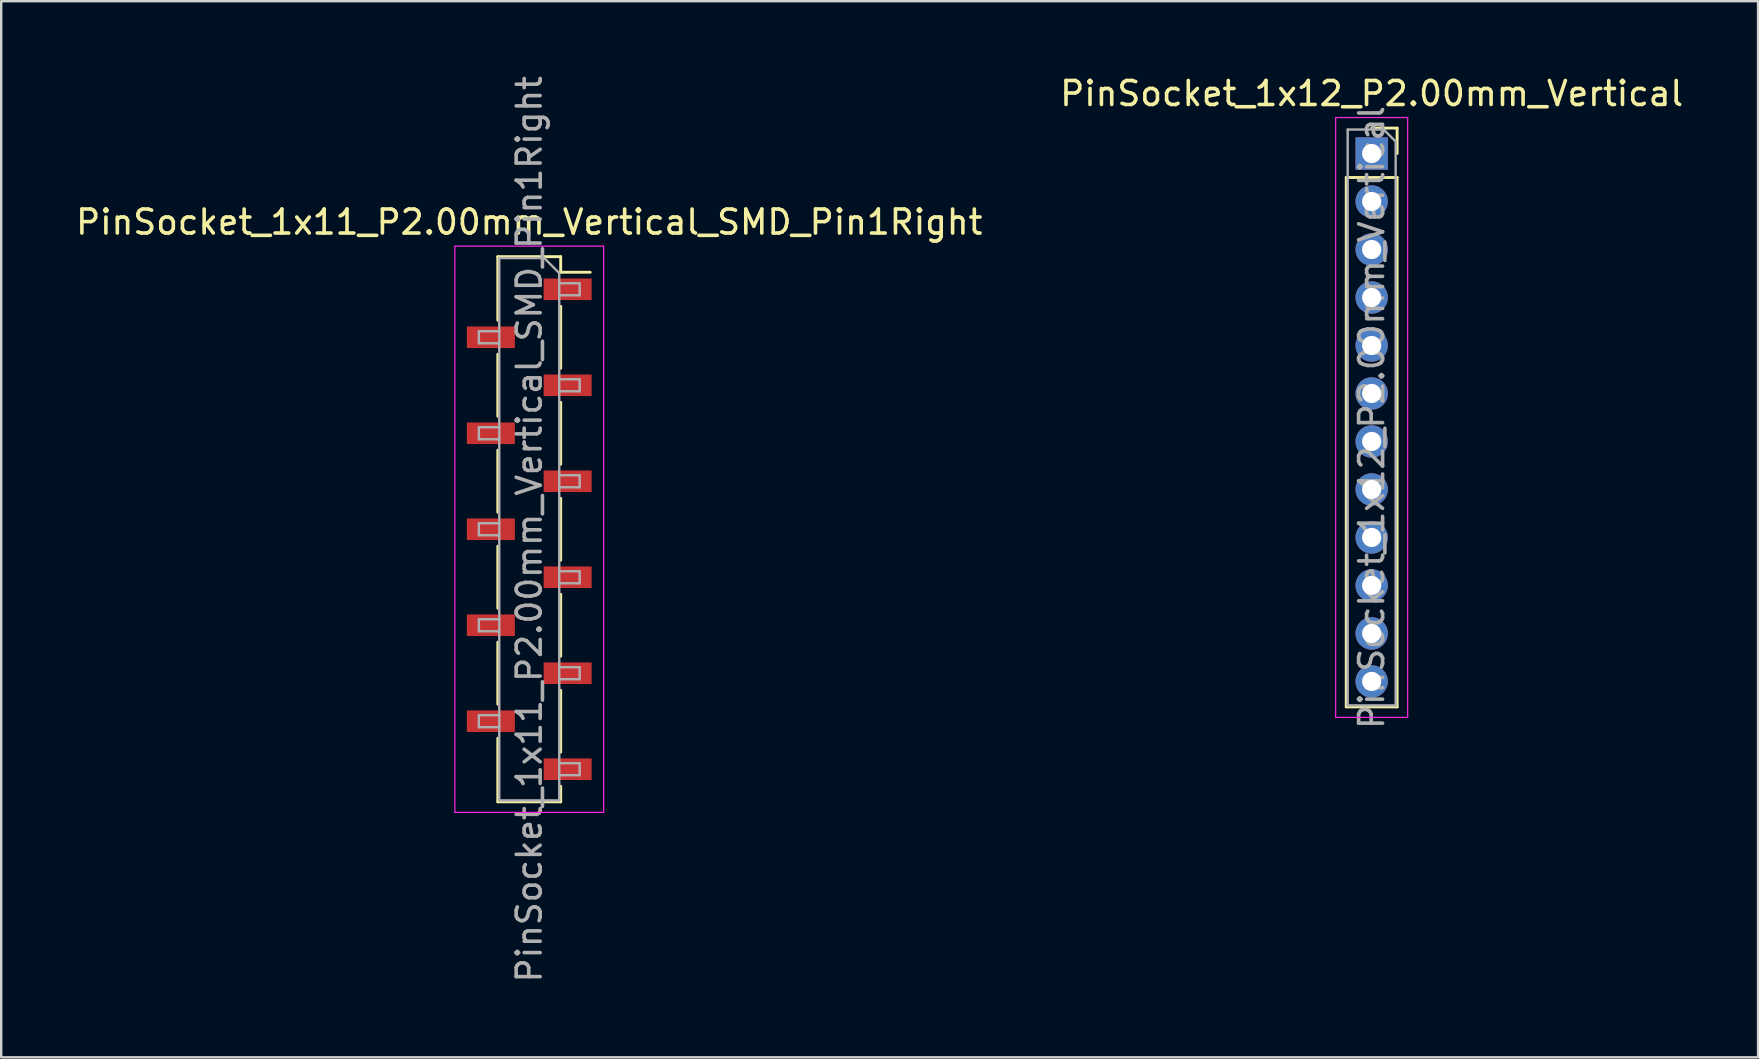
<source format=kicad_pcb>
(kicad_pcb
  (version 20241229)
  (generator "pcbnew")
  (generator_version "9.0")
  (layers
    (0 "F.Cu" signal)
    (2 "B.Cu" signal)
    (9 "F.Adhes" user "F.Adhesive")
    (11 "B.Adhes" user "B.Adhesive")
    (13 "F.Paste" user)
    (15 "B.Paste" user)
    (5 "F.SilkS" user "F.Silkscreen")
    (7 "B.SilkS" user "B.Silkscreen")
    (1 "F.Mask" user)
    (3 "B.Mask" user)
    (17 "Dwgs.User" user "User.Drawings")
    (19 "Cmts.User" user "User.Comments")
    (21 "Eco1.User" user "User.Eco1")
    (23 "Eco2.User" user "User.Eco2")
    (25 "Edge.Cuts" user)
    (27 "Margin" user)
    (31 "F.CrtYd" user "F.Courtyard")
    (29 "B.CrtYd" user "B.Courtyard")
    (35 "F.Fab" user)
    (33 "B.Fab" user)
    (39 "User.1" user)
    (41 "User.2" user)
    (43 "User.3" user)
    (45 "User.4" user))
  (footprint "PinSocket_1x12_P2.00mm_Vertical"
    (layer "F.Cu")
    (at 54.113 3.348)
    (property "Reference" "PinSocket_1x12_P2.00mm_Vertical" (at 0 -2.5 0) (layer "F.SilkS") (effects (font (size 1 1) (thickness 0.15))))
    (attr through_hole)
    (fp_line (start -1.06 1) (end -1.06 23.06) (stroke (width 0.12) (type solid)) (layer "F.SilkS"))
    (fp_line (start -1.06 1) (end 1.06 1) (stroke (width 0.12) (type solid)) (layer "F.SilkS"))
    (fp_line (start -1.06 23.06) (end 1.06 23.06) (stroke (width 0.12) (type solid)) (layer "F.SilkS"))
    (fp_line (start 0 -1.06) (end 1.06 -1.06) (stroke (width 0.12) (type solid)) (layer "F.SilkS"))
    (fp_line (start 1.06 -1.06) (end 1.06 0) (stroke (width 0.12) (type solid)) (layer "F.SilkS"))
    (fp_line (start 1.06 1) (end 1.06 23.06) (stroke (width 0.12) (type solid)) (layer "F.SilkS"))
    (fp_line (start -1.5 -1.5) (end 1.5 -1.5) (stroke (width 0.05) (type solid)) (layer "F.CrtYd"))
    (fp_line (start -1.5 23.5) (end -1.5 -1.5) (stroke (width 0.05) (type solid)) (layer "F.CrtYd"))
    (fp_line (start 1.5 -1.5) (end 1.5 23.5) (stroke (width 0.05) (type solid)) (layer "F.CrtYd"))
    (fp_line (start 1.5 23.5) (end -1.5 23.5) (stroke (width 0.05) (type solid)) (layer "F.CrtYd"))
    (fp_line (start -1 -1) (end 0.5 -1) (stroke (width 0.1) (type solid)) (layer "F.Fab"))
    (fp_line (start -1 23) (end -1 -1) (stroke (width 0.1) (type solid)) (layer "F.Fab"))
    (fp_line (start 0.5 -1) (end 1 -0.5) (stroke (width 0.1) (type solid)) (layer "F.Fab"))
    (fp_line (start 1 -0.5) (end 1 23) (stroke (width 0.1) (type solid)) (layer "F.Fab"))
    (fp_line (start 1 23) (end -1 23) (stroke (width 0.1) (type solid)) (layer "F.Fab"))
    (fp_text user "${REFERENCE}" (at 0 11 90) (layer "F.Fab") (effects (font (size 1 1) (thickness 0.15))))
    (pad "1" thru_hole rect (at 0 0) (size 1.35 1.35) (drill 0.8) (layers "*.Cu" "*.Mask"))
    (pad "2" thru_hole oval (at 0 2) (size 1.35 1.35) (drill 0.8) (layers "*.Cu" "*.Mask"))
    (pad "3" thru_hole oval (at 0 4) (size 1.35 1.35) (drill 0.8) (layers "*.Cu" "*.Mask"))
    (pad "4" thru_hole oval (at 0 6) (size 1.35 1.35) (drill 0.8) (layers "*.Cu" "*.Mask"))
    (pad "5" thru_hole oval (at 0 8) (size 1.35 1.35) (drill 0.8) (layers "*.Cu" "*.Mask"))
    (pad "6" thru_hole oval (at 0 10) (size 1.35 1.35) (drill 0.8) (layers "*.Cu" "*.Mask"))
    (pad "7" thru_hole oval (at 0 12) (size 1.35 1.35) (drill 0.8) (layers "*.Cu" "*.Mask"))
    (pad "8" thru_hole oval (at 0 14) (size 1.35 1.35) (drill 0.8) (layers "*.Cu" "*.Mask"))
    (pad "9" thru_hole oval (at 0 16) (size 1.35 1.35) (drill 0.8) (layers "*.Cu" "*.Mask"))
    (pad "10" thru_hole oval (at 0 18) (size 1.35 1.35) (drill 0.8) (layers "*.Cu" "*.Mask"))
    (pad "11" thru_hole oval (at 0 20) (size 1.35 1.35) (drill 0.8) (layers "*.Cu" "*.Mask"))
    (pad "12" thru_hole oval (at 0 22) (size 1.35 1.35) (drill 0.8) (layers "*.Cu" "*.Mask")))
  (footprint "PinSocket_1x11_P2.00mm_Vertical_SMD_Pin1Right"
    (layer "F.Cu")
    (at 19.006 19.006)
    (property "Reference" "PinSocket_1x11_P2.00mm_Vertical_SMD_Pin1Right" (at 0 -12.8 0) (layer "F.SilkS") (effects (font (size 1 1) (thickness 0.15))))
    (attr smd)
    (fp_line (start -1.31 -11.36) (end -1.31 -8.71) (stroke (width 0.12) (type solid)) (layer "F.SilkS"))
    (fp_line (start -1.31 -11.36) (end 1.31 -11.36) (stroke (width 0.12) (type solid)) (layer "F.SilkS"))
    (fp_line (start -1.31 -7.29) (end -1.31 -4.71) (stroke (width 0.12) (type solid)) (layer "F.SilkS"))
    (fp_line (start -1.31 -3.29) (end -1.31 -0.71) (stroke (width 0.12) (type solid)) (layer "F.SilkS"))
    (fp_line (start -1.31 0.71) (end -1.31 3.29) (stroke (width 0.12) (type solid)) (layer "F.SilkS"))
    (fp_line (start -1.31 4.71) (end -1.31 7.29) (stroke (width 0.12) (type solid)) (layer "F.SilkS"))
    (fp_line (start -1.31 8.71) (end -1.31 11.36) (stroke (width 0.12) (type solid)) (layer "F.SilkS"))
    (fp_line (start -1.31 11.36) (end 1.31 11.36) (stroke (width 0.12) (type solid)) (layer "F.SilkS"))
    (fp_line (start 1.31 -11.36) (end 1.31 -10.71) (stroke (width 0.12) (type solid)) (layer "F.SilkS"))
    (fp_line (start 1.31 -10.71) (end 2.54 -10.71) (stroke (width 0.12) (type solid)) (layer "F.SilkS"))
    (fp_line (start 1.31 -9.29) (end 1.31 -6.71) (stroke (width 0.12) (type solid)) (layer "F.SilkS"))
    (fp_line (start 1.31 -5.29) (end 1.31 -2.71) (stroke (width 0.12) (type solid)) (layer "F.SilkS"))
    (fp_line (start 1.31 -1.29) (end 1.31 1.29) (stroke (width 0.12) (type solid)) (layer "F.SilkS"))
    (fp_line (start 1.31 2.71) (end 1.31 5.29) (stroke (width 0.12) (type solid)) (layer "F.SilkS"))
    (fp_line (start 1.31 6.71) (end 1.31 9.29) (stroke (width 0.12) (type solid)) (layer "F.SilkS"))
    (fp_line (start 1.31 10.71) (end 1.31 11.36) (stroke (width 0.12) (type solid)) (layer "F.SilkS"))
    (fp_line (start -3.1 -11.8) (end 3.1 -11.8) (stroke (width 0.05) (type solid)) (layer "F.CrtYd"))
    (fp_line (start -3.1 11.8) (end -3.1 -11.8) (stroke (width 0.05) (type solid)) (layer "F.CrtYd"))
    (fp_line (start 3.1 -11.8) (end 3.1 11.8) (stroke (width 0.05) (type solid)) (layer "F.CrtYd"))
    (fp_line (start 3.1 11.8) (end -3.1 11.8) (stroke (width 0.05) (type solid)) (layer "F.CrtYd"))
    (fp_line (start -2.1 -8.25) (end -1.25 -8.25) (stroke (width 0.1) (type solid)) (layer "F.Fab"))
    (fp_line (start -2.1 -7.75) (end -2.1 -8.25) (stroke (width 0.1) (type solid)) (layer "F.Fab"))
    (fp_line (start -2.1 -4.25) (end -1.25 -4.25) (stroke (width 0.1) (type solid)) (layer "F.Fab"))
    (fp_line (start -2.1 -3.75) (end -2.1 -4.25) (stroke (width 0.1) (type solid)) (layer "F.Fab"))
    (fp_line (start -2.1 -0.25) (end -1.25 -0.25) (stroke (width 0.1) (type solid)) (layer "F.Fab"))
    (fp_line (start -2.1 0.25) (end -2.1 -0.25) (stroke (width 0.1) (type solid)) (layer "F.Fab"))
    (fp_line (start -2.1 3.75) (end -1.25 3.75) (stroke (width 0.1) (type solid)) (layer "F.Fab"))
    (fp_line (start -2.1 4.25) (end -2.1 3.75) (stroke (width 0.1) (type solid)) (layer "F.Fab"))
    (fp_line (start -2.1 7.75) (end -1.25 7.75) (stroke (width 0.1) (type solid)) (layer "F.Fab"))
    (fp_line (start -2.1 8.25) (end -2.1 7.75) (stroke (width 0.1) (type solid)) (layer "F.Fab"))
    (fp_line (start -1.25 -11.3) (end 0.625 -11.3) (stroke (width 0.1) (type solid)) (layer "F.Fab"))
    (fp_line (start -1.25 -7.75) (end -2.1 -7.75) (stroke (width 0.1) (type solid)) (layer "F.Fab"))
    (fp_line (start -1.25 -3.75) (end -2.1 -3.75) (stroke (width 0.1) (type solid)) (layer "F.Fab"))
    (fp_line (start -1.25 0.25) (end -2.1 0.25) (stroke (width 0.1) (type solid)) (layer "F.Fab"))
    (fp_line (start -1.25 4.25) (end -2.1 4.25) (stroke (width 0.1) (type solid)) (layer "F.Fab"))
    (fp_line (start -1.25 8.25) (end -2.1 8.25) (stroke (width 0.1) (type solid)) (layer "F.Fab"))
    (fp_line (start -1.25 11.3) (end -1.25 -11.3) (stroke (width 0.1) (type solid)) (layer "F.Fab"))
    (fp_line (start 0.625 -11.3) (end 1.25 -10.675) (stroke (width 0.1) (type solid)) (layer "F.Fab"))
    (fp_line (start 1.25 -10.675) (end 1.25 11.3) (stroke (width 0.1) (type solid)) (layer "F.Fab"))
    (fp_line (start 1.25 -10.25) (end 2.1 -10.25) (stroke (width 0.1) (type solid)) (layer "F.Fab"))
    (fp_line (start 1.25 -6.25) (end 2.1 -6.25) (stroke (width 0.1) (type solid)) (layer "F.Fab"))
    (fp_line (start 1.25 -2.25) (end 2.1 -2.25) (stroke (width 0.1) (type solid)) (layer "F.Fab"))
    (fp_line (start 1.25 1.75) (end 2.1 1.75) (stroke (width 0.1) (type solid)) (layer "F.Fab"))
    (fp_line (start 1.25 5.75) (end 2.1 5.75) (stroke (width 0.1) (type solid)) (layer "F.Fab"))
    (fp_line (start 1.25 9.75) (end 2.1 9.75) (stroke (width 0.1) (type solid)) (layer "F.Fab"))
    (fp_line (start 1.25 11.3) (end -1.25 11.3) (stroke (width 0.1) (type solid)) (layer "F.Fab"))
    (fp_line (start 2.1 -10.25) (end 2.1 -9.75) (stroke (width 0.1) (type solid)) (layer "F.Fab"))
    (fp_line (start 2.1 -9.75) (end 1.25 -9.75) (stroke (width 0.1) (type solid)) (layer "F.Fab"))
    (fp_line (start 2.1 -6.25) (end 2.1 -5.75) (stroke (width 0.1) (type solid)) (layer "F.Fab"))
    (fp_line (start 2.1 -5.75) (end 1.25 -5.75) (stroke (width 0.1) (type solid)) (layer "F.Fab"))
    (fp_line (start 2.1 -2.25) (end 2.1 -1.75) (stroke (width 0.1) (type solid)) (layer "F.Fab"))
    (fp_line (start 2.1 -1.75) (end 1.25 -1.75) (stroke (width 0.1) (type solid)) (layer "F.Fab"))
    (fp_line (start 2.1 1.75) (end 2.1 2.25) (stroke (width 0.1) (type solid)) (layer "F.Fab"))
    (fp_line (start 2.1 2.25) (end 1.25 2.25) (stroke (width 0.1) (type solid)) (layer "F.Fab"))
    (fp_line (start 2.1 5.75) (end 2.1 6.25) (stroke (width 0.1) (type solid)) (layer "F.Fab"))
    (fp_line (start 2.1 6.25) (end 1.25 6.25) (stroke (width 0.1) (type solid)) (layer "F.Fab"))
    (fp_line (start 2.1 9.75) (end 2.1 10.25) (stroke (width 0.1) (type solid)) (layer "F.Fab"))
    (fp_line (start 2.1 10.25) (end 1.25 10.25) (stroke (width 0.1) (type solid)) (layer "F.Fab"))
    (fp_text user "${REFERENCE}" (at 0 0 90) (layer "F.Fab") (effects (font (size 1 1) (thickness 0.15))))
    (pad "1" smd rect (at 1.6 -10) (size 2 0.9) (layers "F.Cu" "F.Mask" "F.Paste"))
    (pad "2" smd rect (at -1.6 -8) (size 2 0.9) (layers "F.Cu" "F.Mask" "F.Paste"))
    (pad "3" smd rect (at 1.6 -6) (size 2 0.9) (layers "F.Cu" "F.Mask" "F.Paste"))
    (pad "4" smd rect (at -1.6 -4) (size 2 0.9) (layers "F.Cu" "F.Mask" "F.Paste"))
    (pad "5" smd rect (at 1.6 -2) (size 2 0.9) (layers "F.Cu" "F.Mask" "F.Paste"))
    (pad "6" smd rect (at -1.6 0) (size 2 0.9) (layers "F.Cu" "F.Mask" "F.Paste"))
    (pad "7" smd rect (at 1.6 2) (size 2 0.9) (layers "F.Cu" "F.Mask" "F.Paste"))
    (pad "8" smd rect (at -1.6 4) (size 2 0.9) (layers "F.Cu" "F.Mask" "F.Paste"))
    (pad "9" smd rect (at 1.6 6) (size 2 0.9) (layers "F.Cu" "F.Mask" "F.Paste"))
    (pad "10" smd rect (at -1.6 8) (size 2 0.9) (layers "F.Cu" "F.Mask" "F.Paste"))
    (pad "11" smd rect (at 1.6 10) (size 2 0.9) (layers "F.Cu" "F.Mask" "F.Paste")))
  (gr_rect
    (start -3 -3)
    (end 70.214 41.012)
    (stroke (width 0.1) (type default))
    (fill no)
    (layer "Edge.Cuts")))
</source>
